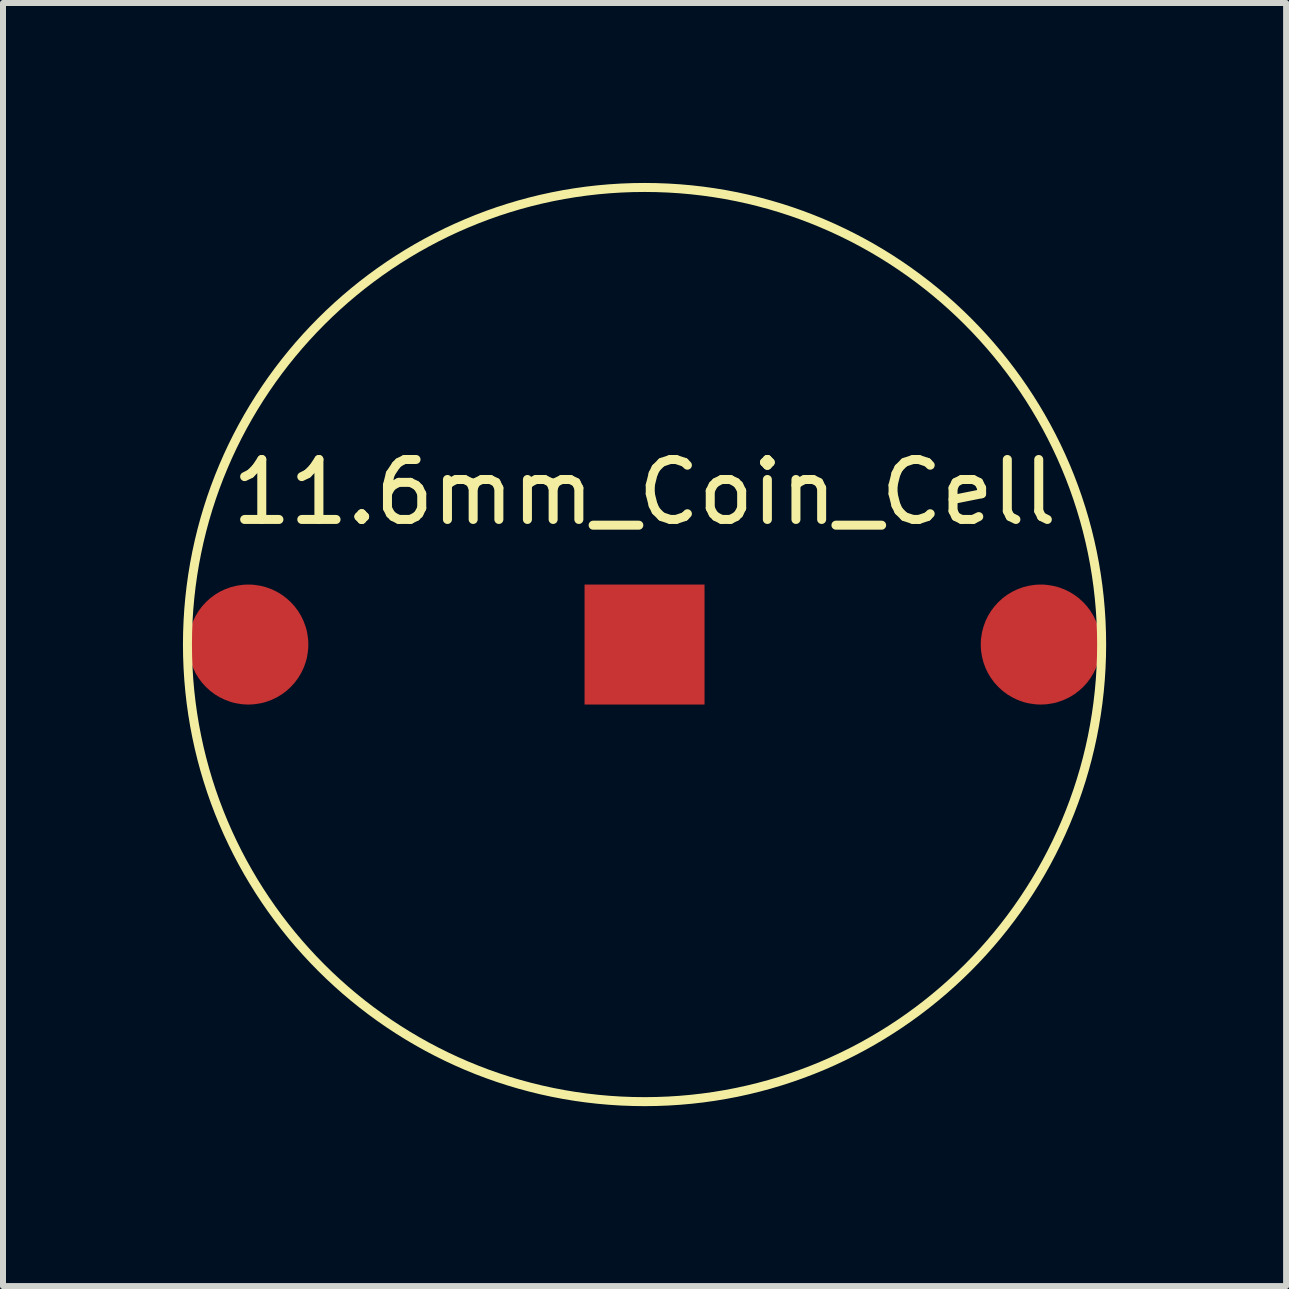
<source format=kicad_pcb>
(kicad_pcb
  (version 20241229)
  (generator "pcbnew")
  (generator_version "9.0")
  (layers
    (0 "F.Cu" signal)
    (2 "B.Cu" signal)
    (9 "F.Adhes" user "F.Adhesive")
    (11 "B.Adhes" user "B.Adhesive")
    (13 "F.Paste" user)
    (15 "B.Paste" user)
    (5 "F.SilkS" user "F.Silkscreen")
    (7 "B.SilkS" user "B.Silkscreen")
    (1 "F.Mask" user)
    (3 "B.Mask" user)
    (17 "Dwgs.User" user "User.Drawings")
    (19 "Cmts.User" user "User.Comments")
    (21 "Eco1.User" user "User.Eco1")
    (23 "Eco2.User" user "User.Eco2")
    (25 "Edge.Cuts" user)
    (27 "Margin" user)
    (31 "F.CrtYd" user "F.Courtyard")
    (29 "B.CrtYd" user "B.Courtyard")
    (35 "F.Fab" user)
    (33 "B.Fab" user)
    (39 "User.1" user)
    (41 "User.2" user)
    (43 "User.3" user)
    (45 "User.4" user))
  (footprint "11.6mm_Coin_Cell"
    (layer "F.Cu")
    (at 7.695 7.695)
    (property "Reference" "11.6mm_Coin_Cell" (at 0 -2.54 0) (layer "F.SilkS") (effects (font (size 1 1) (thickness 0.15))))
    (attr through_hole)
    (fp_circle (center 0 0) (end 7.62 0) (stroke (width 0.15) (type solid)) (fill no) (layer "F.SilkS"))
    (pad "1" smd rect (at 0 0) (size 2 2) (layers "F.Cu" "F.Mask" "F.Paste"))
    (pad "2" smd circle (at 6.605 0) (size 2 2) (layers "F.Cu" "F.Mask" "F.Paste"))
    (pad "3" smd circle (at -6.605 0) (size 2 2) (layers "F.Cu" "F.Mask" "F.Paste")))
  (gr_rect
    (start -3 -3)
    (end 18.39 18.39)
    (stroke (width 0.1) (type default))
    (fill no)
    (layer "Edge.Cuts")))
</source>
